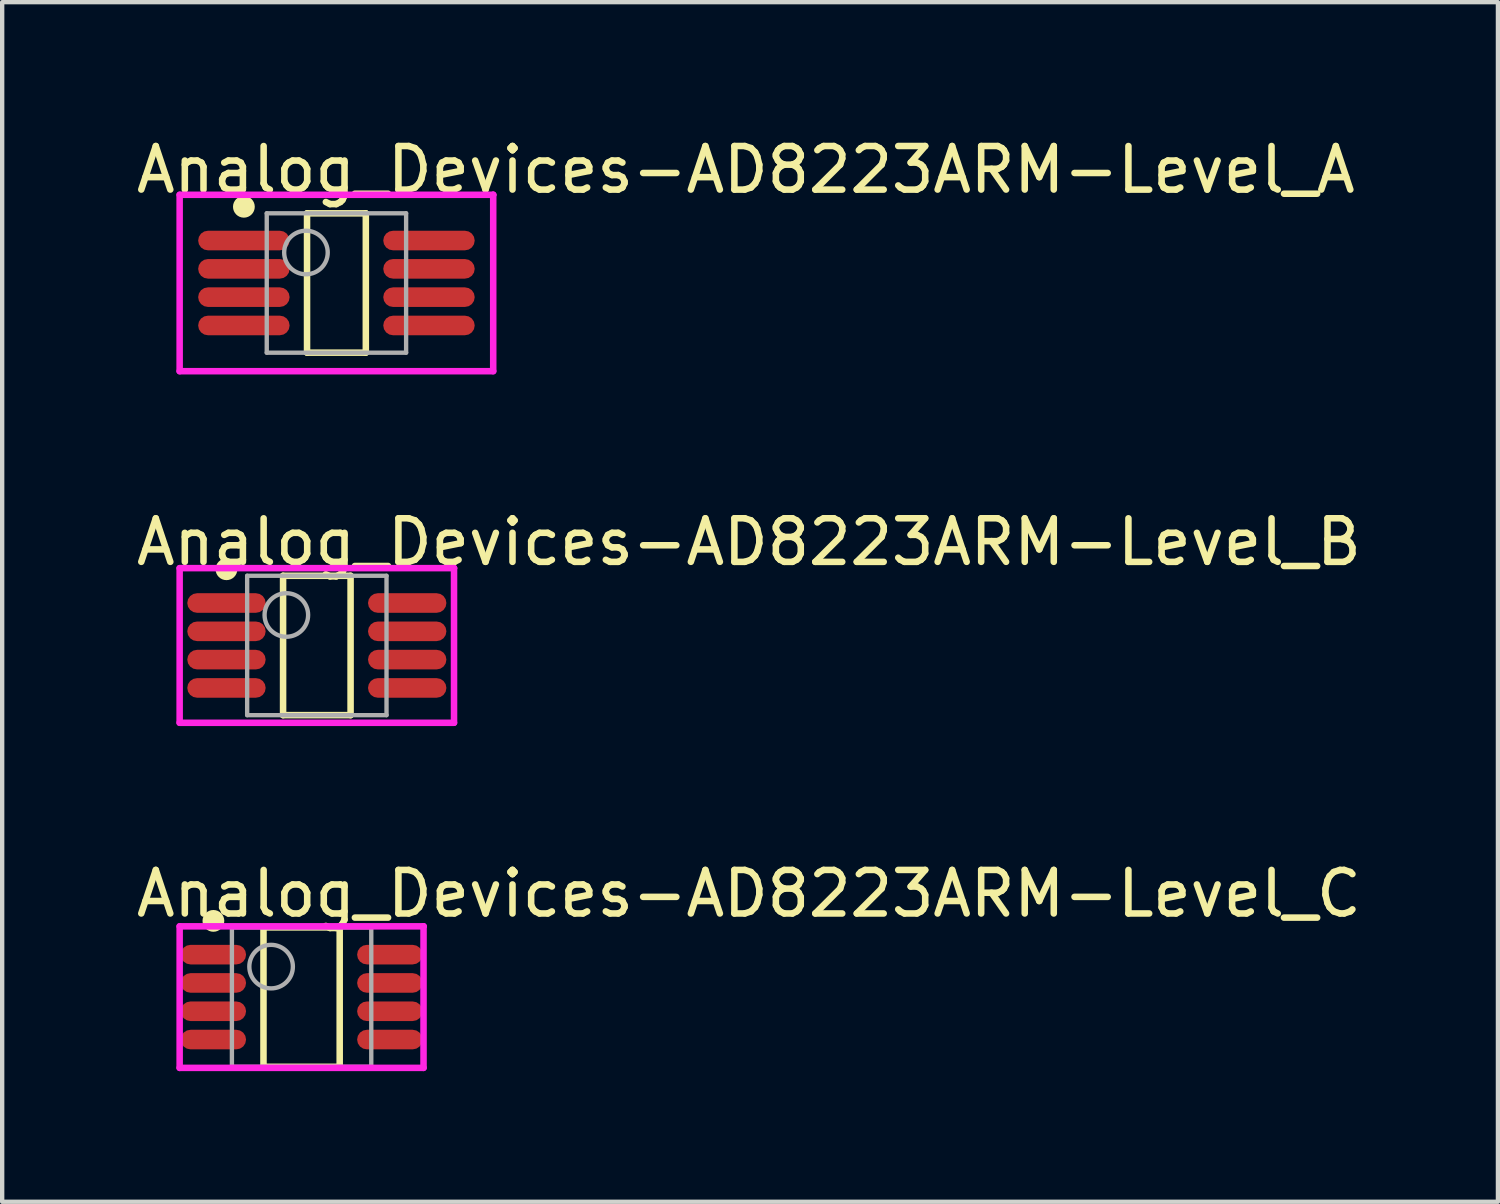
<source format=kicad_pcb>
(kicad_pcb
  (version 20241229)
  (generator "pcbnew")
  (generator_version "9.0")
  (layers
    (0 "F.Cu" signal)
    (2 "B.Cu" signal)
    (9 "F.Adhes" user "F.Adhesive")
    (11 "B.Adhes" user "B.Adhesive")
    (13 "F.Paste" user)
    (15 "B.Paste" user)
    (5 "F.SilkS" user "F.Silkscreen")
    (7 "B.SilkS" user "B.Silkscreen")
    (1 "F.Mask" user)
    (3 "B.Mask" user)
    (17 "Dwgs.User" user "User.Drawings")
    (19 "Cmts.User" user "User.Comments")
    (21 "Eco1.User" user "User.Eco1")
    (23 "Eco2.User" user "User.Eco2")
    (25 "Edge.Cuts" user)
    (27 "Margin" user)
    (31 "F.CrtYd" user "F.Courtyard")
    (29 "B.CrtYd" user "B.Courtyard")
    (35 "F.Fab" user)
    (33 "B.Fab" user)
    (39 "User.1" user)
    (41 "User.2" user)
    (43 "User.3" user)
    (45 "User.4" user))
  (footprint "Analog_Devices-AD8223ARM-Level_B"
    (layer "F.Cu")
    (at 4.225 11.771)
    (property "Reference" "Analog_Devices-AD8223ARM-Level_B" (at -4.225 -2.375 0) (layer "F.SilkS") (effects (font (size 1 1) (thickness 0.15)) (justify left)))
    (attr through_hole)
    (fp_line (start -0.775 -1.6) (end 0.775 -1.6) (stroke (width 0.15) (type solid)) (layer "F.SilkS"))
    (fp_line (start -0.775 1.6) (end -0.775 -1.6) (stroke (width 0.15) (type solid)) (layer "F.SilkS"))
    (fp_line (start -0.775 1.6) (end 0.775 1.6) (stroke (width 0.15) (type solid)) (layer "F.SilkS"))
    (fp_line (start 0.775 1.6) (end 0.775 -1.6) (stroke (width 0.15) (type solid)) (layer "F.SilkS"))
    (fp_circle (center -2.075 -1.75) (end -1.95 -1.75) (stroke (width 0.25) (type solid)) (fill no) (layer "F.SilkS"))
    (fp_line (start -3.15 -1.775) (end -3.15 1.775) (stroke (width 0.15) (type solid)) (layer "F.CrtYd"))
    (fp_line (start -3.15 1.775) (end 3.15 1.775) (stroke (width 0.15) (type solid)) (layer "F.CrtYd"))
    (fp_line (start 3.15 -1.775) (end -3.15 -1.775) (stroke (width 0.15) (type solid)) (layer "F.CrtYd"))
    (fp_line (start 3.15 -1.775) (end 3.15 -1.775) (stroke (width 0.15) (type solid)) (layer "F.CrtYd"))
    (fp_line (start 3.15 1.775) (end 3.15 -1.775) (stroke (width 0.15) (type solid)) (layer "F.CrtYd"))
    (fp_line (start -1.6 -1.6) (end 1.6 -1.6) (stroke (width 0.1) (type solid)) (layer "F.Fab"))
    (fp_line (start -1.6 1.6) (end -1.6 -1.6) (stroke (width 0.1) (type solid)) (layer "F.Fab"))
    (fp_line (start -1.6 1.6) (end 1.6 1.6) (stroke (width 0.1) (type solid)) (layer "F.Fab"))
    (fp_line (start 1.6 1.6) (end 1.6 -1.6) (stroke (width 0.1) (type solid)) (layer "F.Fab"))
    (fp_circle (center -0.7 -0.7) (end -0.2 -0.7) (stroke (width 0.1) (type solid)) (fill no) (layer "F.Fab"))
    (pad "1" smd roundrect (at -2.075 -0.975 270) (size 0.45 1.8) (layers "F.Cu" "F.Mask" "F.Paste") (roundrect_rratio 0.5))
    (pad "2" smd roundrect (at -2.075 -0.325 270) (size 0.45 1.8) (layers "F.Cu" "F.Mask" "F.Paste") (roundrect_rratio 0.5))
    (pad "3" smd roundrect (at -2.075 0.325 270) (size 0.45 1.8) (layers "F.Cu" "F.Mask" "F.Paste") (roundrect_rratio 0.5))
    (pad "4" smd roundrect (at -2.075 0.975 270) (size 0.45 1.8) (layers "F.Cu" "F.Mask" "F.Paste") (roundrect_rratio 0.5))
    (pad "5" smd roundrect (at 2.075 0.975 270) (size 0.45 1.8) (layers "F.Cu" "F.Mask" "F.Paste") (roundrect_rratio 0.5))
    (pad "6" smd roundrect (at 2.075 0.325 270) (size 0.45 1.8) (layers "F.Cu" "F.Mask" "F.Paste") (roundrect_rratio 0.5))
    (pad "7" smd roundrect (at 2.075 -0.325 270) (size 0.45 1.8) (layers "F.Cu" "F.Mask" "F.Paste") (roundrect_rratio 0.5))
    (pad "8" smd roundrect (at 2.075 -0.975 270) (size 0.45 1.8) (layers "F.Cu" "F.Mask" "F.Paste") (roundrect_rratio 0.5)))
  (footprint "Analog_Devices-AD8223ARM-Level_C"
    (layer "F.Cu")
    (at 3.875 19.845)
    (property "Reference" "Analog_Devices-AD8223ARM-Level_C" (at -3.875 -2.375 0) (layer "F.SilkS") (effects (font (size 1 1) (thickness 0.15)) (justify left)))
    (attr through_hole)
    (fp_line (start -0.875 -1.6) (end 0.875 -1.6) (stroke (width 0.15) (type solid)) (layer "F.SilkS"))
    (fp_line (start -0.875 1.6) (end -0.875 -1.6) (stroke (width 0.15) (type solid)) (layer "F.SilkS"))
    (fp_line (start -0.875 1.6) (end 0.875 1.6) (stroke (width 0.15) (type solid)) (layer "F.SilkS"))
    (fp_line (start 0.875 1.6) (end 0.875 -1.6) (stroke (width 0.15) (type solid)) (layer "F.SilkS"))
    (fp_circle (center -2.025 -1.75) (end -1.9 -1.75) (stroke (width 0.25) (type solid)) (fill no) (layer "F.SilkS"))
    (fp_line (start -2.8 -1.625) (end -2.8 1.625) (stroke (width 0.15) (type solid)) (layer "F.CrtYd"))
    (fp_line (start -2.8 1.625) (end 2.8 1.625) (stroke (width 0.15) (type solid)) (layer "F.CrtYd"))
    (fp_line (start 2.8 -1.625) (end -2.8 -1.625) (stroke (width 0.15) (type solid)) (layer "F.CrtYd"))
    (fp_line (start 2.8 -1.625) (end 2.8 -1.625) (stroke (width 0.15) (type solid)) (layer "F.CrtYd"))
    (fp_line (start 2.8 1.625) (end 2.8 -1.625) (stroke (width 0.15) (type solid)) (layer "F.CrtYd"))
    (fp_line (start -1.6 -1.6) (end 1.6 -1.6) (stroke (width 0.1) (type solid)) (layer "F.Fab"))
    (fp_line (start -1.6 1.6) (end -1.6 -1.6) (stroke (width 0.1) (type solid)) (layer "F.Fab"))
    (fp_line (start -1.6 1.6) (end 1.6 1.6) (stroke (width 0.1) (type solid)) (layer "F.Fab"))
    (fp_line (start 1.6 1.6) (end 1.6 -1.6) (stroke (width 0.1) (type solid)) (layer "F.Fab"))
    (fp_circle (center -0.7 -0.7) (end -0.2 -0.7) (stroke (width 0.1) (type solid)) (fill no) (layer "F.Fab"))
    (pad "1" smd roundrect (at -2.025 -0.975 270) (size 0.45 1.5) (layers "F.Cu" "F.Mask" "F.Paste") (roundrect_rratio 0.5))
    (pad "2" smd roundrect (at -2.025 -0.325 270) (size 0.45 1.5) (layers "F.Cu" "F.Mask" "F.Paste") (roundrect_rratio 0.5))
    (pad "3" smd roundrect (at -2.025 0.325 270) (size 0.45 1.5) (layers "F.Cu" "F.Mask" "F.Paste") (roundrect_rratio 0.5))
    (pad "4" smd roundrect (at -2.025 0.975 270) (size 0.45 1.5) (layers "F.Cu" "F.Mask" "F.Paste") (roundrect_rratio 0.5))
    (pad "5" smd roundrect (at 2.025 0.975 270) (size 0.45 1.5) (layers "F.Cu" "F.Mask" "F.Paste") (roundrect_rratio 0.5))
    (pad "6" smd roundrect (at 2.025 0.325 270) (size 0.45 1.5) (layers "F.Cu" "F.Mask" "F.Paste") (roundrect_rratio 0.5))
    (pad "7" smd roundrect (at 2.025 -0.325 270) (size 0.45 1.5) (layers "F.Cu" "F.Mask" "F.Paste") (roundrect_rratio 0.5))
    (pad "8" smd roundrect (at 2.025 -0.975 270) (size 0.45 1.5) (layers "F.Cu" "F.Mask" "F.Paste") (roundrect_rratio 0.5)))
  (footprint "Analog_Devices-AD8223ARM-Level_A"
    (layer "F.Cu")
    (at 4.675 3.448)
    (property "Reference" "Analog_Devices-AD8223ARM-Level_A" (at -4.675 -2.6 0) (layer "F.SilkS") (effects (font (size 1 1) (thickness 0.15)) (justify left)))
    (attr through_hole)
    (fp_line (start -0.675 -1.6) (end 0.675 -1.6) (stroke (width 0.15) (type solid)) (layer "F.SilkS"))
    (fp_line (start -0.675 1.6) (end -0.675 -1.6) (stroke (width 0.15) (type solid)) (layer "F.SilkS"))
    (fp_line (start -0.675 1.6) (end 0.675 1.6) (stroke (width 0.15) (type solid)) (layer "F.SilkS"))
    (fp_line (start 0.675 1.6) (end 0.675 -1.6) (stroke (width 0.15) (type solid)) (layer "F.SilkS"))
    (fp_circle (center -2.125 -1.75) (end -2 -1.75) (stroke (width 0.25) (type solid)) (fill no) (layer "F.SilkS"))
    (fp_line (start -3.6 -2.025) (end -3.6 2.025) (stroke (width 0.15) (type solid)) (layer "F.CrtYd"))
    (fp_line (start -3.6 2.025) (end 3.6 2.025) (stroke (width 0.15) (type solid)) (layer "F.CrtYd"))
    (fp_line (start 3.6 -2.025) (end -3.6 -2.025) (stroke (width 0.15) (type solid)) (layer "F.CrtYd"))
    (fp_line (start 3.6 -2.025) (end 3.6 -2.025) (stroke (width 0.15) (type solid)) (layer "F.CrtYd"))
    (fp_line (start 3.6 2.025) (end 3.6 -2.025) (stroke (width 0.15) (type solid)) (layer "F.CrtYd"))
    (fp_line (start -1.6 -1.6) (end 1.6 -1.6) (stroke (width 0.1) (type solid)) (layer "F.Fab"))
    (fp_line (start -1.6 1.6) (end -1.6 -1.6) (stroke (width 0.1) (type solid)) (layer "F.Fab"))
    (fp_line (start -1.6 1.6) (end 1.6 1.6) (stroke (width 0.1) (type solid)) (layer "F.Fab"))
    (fp_line (start 1.6 1.6) (end 1.6 -1.6) (stroke (width 0.1) (type solid)) (layer "F.Fab"))
    (fp_circle (center -0.7 -0.7) (end -0.2 -0.7) (stroke (width 0.1) (type solid)) (fill no) (layer "F.Fab"))
    (pad "1" smd roundrect (at -2.125 -0.975 270) (size 0.45 2.1) (layers "F.Cu" "F.Mask" "F.Paste") (roundrect_rratio 0.5))
    (pad "2" smd roundrect (at -2.125 -0.325 270) (size 0.45 2.1) (layers "F.Cu" "F.Mask" "F.Paste") (roundrect_rratio 0.5))
    (pad "3" smd roundrect (at -2.125 0.325 270) (size 0.45 2.1) (layers "F.Cu" "F.Mask" "F.Paste") (roundrect_rratio 0.5))
    (pad "4" smd roundrect (at -2.125 0.975 270) (size 0.45 2.1) (layers "F.Cu" "F.Mask" "F.Paste") (roundrect_rratio 0.5))
    (pad "5" smd roundrect (at 2.125 0.975 270) (size 0.45 2.1) (layers "F.Cu" "F.Mask" "F.Paste") (roundrect_rratio 0.5))
    (pad "6" smd roundrect (at 2.125 0.325 270) (size 0.45 2.1) (layers "F.Cu" "F.Mask" "F.Paste") (roundrect_rratio 0.5))
    (pad "7" smd roundrect (at 2.125 -0.325 270) (size 0.45 2.1) (layers "F.Cu" "F.Mask" "F.Paste") (roundrect_rratio 0.5))
    (pad "8" smd roundrect (at 2.125 -0.975 270) (size 0.45 2.1) (layers "F.Cu" "F.Mask" "F.Paste") (roundrect_rratio 0.5)))
  (gr_rect
    (start -3 -3)
    (end 31.345 24.545)
    (stroke (width 0.1) (type default))
    (fill no)
    (layer "Edge.Cuts")))
</source>
